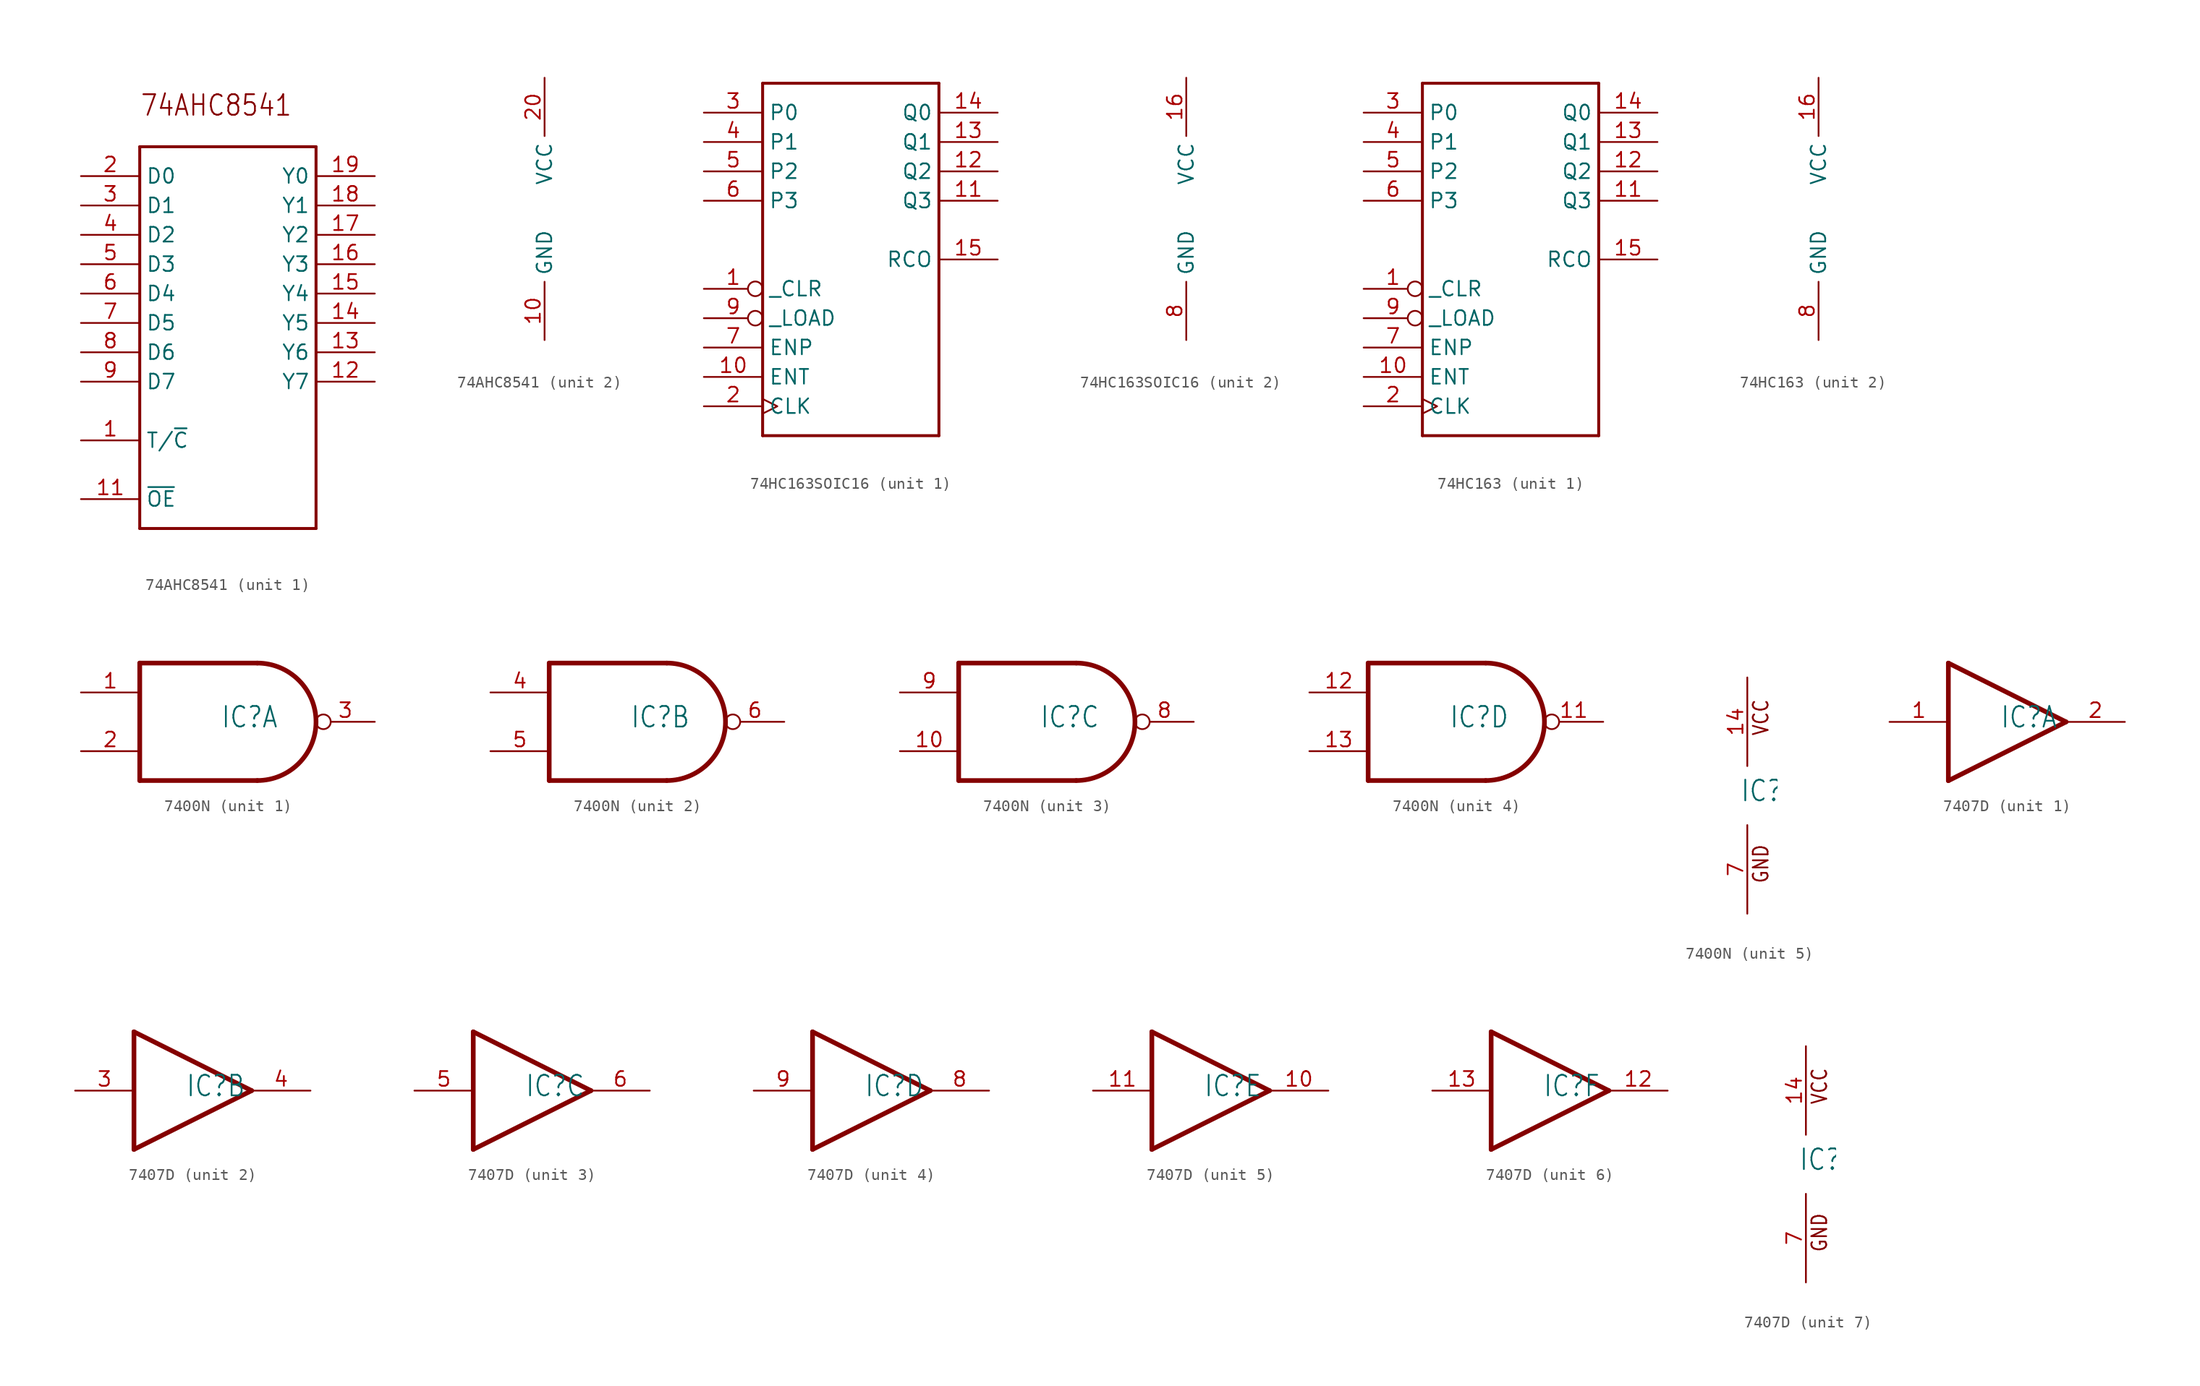
<source format=kicad_sym>
(kicad_symbol_lib
  (version 20220914)
  (generator kicad_symbol_editor)
  (symbol "74AHC8541"
    (property "Reference" ""
      (at -7.62 -20.32 0)
      (effects (font (size 1.778 1.511)) (justify left bottom) hide))
    (property "ki_locked" ""
      (at 0 0 0)
      (effects (font (size 1.27 1.27))))
    (symbol "74AHC8541_1_0"
      (polyline (pts (xy -7.62 -17.78) (xy -7.62 15.24)) (stroke (width 0.254) (type solid)) (fill (type none)))
      (polyline (pts (xy -7.62 15.24) (xy 7.62 15.24)) (stroke (width 0.254) (type solid)) (fill (type none)))
      (polyline (pts (xy 7.62 -17.78) (xy -7.62 -17.78)) (stroke (width 0.254) (type solid)) (fill (type none)))
      (polyline (pts (xy 7.62 15.24) (xy 7.62 -17.78)) (stroke (width 0.254) (type solid)) (fill (type none)))
      (text "74AHC8541" (at -7.62 17.78 0) (effects (font (size 1.778 1.511)) (justify left bottom)))
      (pin input line (at -12.7 -10.16 0) (length 5.08) (name "T/~{C}" (effects (font (size 1.27 1.27)))) (number "1" (effects (font (size 1.27 1.27)))))
      (pin input line (at -12.7 -15.24 0) (length 5.08) (name "~{OE}" (effects (font (size 1.27 1.27)))) (number "11" (effects (font (size 1.27 1.27)))))
      (pin output line (at 12.7 -5.08 180) (length 5.08) (name "Y7" (effects (font (size 1.27 1.27)))) (number "12" (effects (font (size 1.27 1.27)))))
      (pin output line (at 12.7 -2.54 180) (length 5.08) (name "Y6" (effects (font (size 1.27 1.27)))) (number "13" (effects (font (size 1.27 1.27)))))
      (pin output line (at 12.7 0 180) (length 5.08) (name "Y5" (effects (font (size 1.27 1.27)))) (number "14" (effects (font (size 1.27 1.27)))))
      (pin output line (at 12.7 2.54 180) (length 5.08) (name "Y4" (effects (font (size 1.27 1.27)))) (number "15" (effects (font (size 1.27 1.27)))))
      (pin output line (at 12.7 5.08 180) (length 5.08) (name "Y3" (effects (font (size 1.27 1.27)))) (number "16" (effects (font (size 1.27 1.27)))))
      (pin output line (at 12.7 7.62 180) (length 5.08) (name "Y2" (effects (font (size 1.27 1.27)))) (number "17" (effects (font (size 1.27 1.27)))))
      (pin output line (at 12.7 10.16 180) (length 5.08) (name "Y1" (effects (font (size 1.27 1.27)))) (number "18" (effects (font (size 1.27 1.27)))))
      (pin output line (at 12.7 12.7 180) (length 5.08) (name "Y0" (effects (font (size 1.27 1.27)))) (number "19" (effects (font (size 1.27 1.27)))))
      (pin input line (at -12.7 12.7 0) (length 5.08) (name "D0" (effects (font (size 1.27 1.27)))) (number "2" (effects (font (size 1.27 1.27)))))
      (pin input line (at -12.7 10.16 0) (length 5.08) (name "D1" (effects (font (size 1.27 1.27)))) (number "3" (effects (font (size 1.27 1.27)))))
      (pin input line (at -12.7 7.62 0) (length 5.08) (name "D2" (effects (font (size 1.27 1.27)))) (number "4" (effects (font (size 1.27 1.27)))))
      (pin input line (at -12.7 5.08 0) (length 5.08) (name "D3" (effects (font (size 1.27 1.27)))) (number "5" (effects (font (size 1.27 1.27)))))
      (pin input line (at -12.7 2.54 0) (length 5.08) (name "D4" (effects (font (size 1.27 1.27)))) (number "6" (effects (font (size 1.27 1.27)))))
      (pin input line (at -12.7 0 0) (length 5.08) (name "D5" (effects (font (size 1.27 1.27)))) (number "7" (effects (font (size 1.27 1.27)))))
      (pin input line (at -12.7 -2.54 0) (length 5.08) (name "D6" (effects (font (size 1.27 1.27)))) (number "8" (effects (font (size 1.27 1.27)))))
      (pin input line (at -12.7 -5.08 0) (length 5.08) (name "D7" (effects (font (size 1.27 1.27)))) (number "9" (effects (font (size 1.27 1.27))))))
    (symbol "74AHC8541_2_0"
      (pin power_in line (at 0 -10.16 90) (length 5.08) (name "GND" (effects (font (size 1.27 1.27)))) (number "10" (effects (font (size 1.27 1.27)))))
      (pin power_in line (at 0 12.7 270) (length 5.08) (name "VCC" (effects (font (size 1.27 1.27)))) (number "20" (effects (font (size 1.27 1.27)))))))
  (symbol "74HC163SOIC16"
    (property "Reference" ""
      (at 0 0 0)
      (effects (font (size 1.27 1.27)) hide))
    (property "ki_locked" ""
      (at 0 0 0)
      (effects (font (size 1.27 1.27))))
    (symbol "74HC163SOIC16_1_0"
      (polyline (pts (xy -7.62 -15.24) (xy -7.62 15.24)) (stroke (width 0.254) (type solid)) (fill (type none)))
      (polyline (pts (xy -7.62 15.24) (xy 7.62 15.24)) (stroke (width 0.254) (type solid)) (fill (type none)))
      (polyline (pts (xy 7.62 -15.24) (xy -7.62 -15.24)) (stroke (width 0.254) (type solid)) (fill (type none)))
      (polyline (pts (xy 7.62 15.24) (xy 7.62 -15.24)) (stroke (width 0.254) (type solid)) (fill (type none)))
      (pin bidirectional inverted (at -12.7 -2.54 0) (length 5.08) (name "_CLR" (effects (font (size 1.27 1.27)))) (number "1" (effects (font (size 1.27 1.27)))))
      (pin bidirectional line (at -12.7 -10.16 0) (length 5.08) (name "ENT" (effects (font (size 1.27 1.27)))) (number "10" (effects (font (size 1.27 1.27)))))
      (pin bidirectional line (at 12.7 5.08 180) (length 5.08) (name "Q3" (effects (font (size 1.27 1.27)))) (number "11" (effects (font (size 1.27 1.27)))))
      (pin bidirectional line (at 12.7 7.62 180) (length 5.08) (name "Q2" (effects (font (size 1.27 1.27)))) (number "12" (effects (font (size 1.27 1.27)))))
      (pin bidirectional line (at 12.7 10.16 180) (length 5.08) (name "Q1" (effects (font (size 1.27 1.27)))) (number "13" (effects (font (size 1.27 1.27)))))
      (pin bidirectional line (at 12.7 12.7 180) (length 5.08) (name "Q0" (effects (font (size 1.27 1.27)))) (number "14" (effects (font (size 1.27 1.27)))))
      (pin bidirectional line (at 12.7 0 180) (length 5.08) (name "RCO" (effects (font (size 1.27 1.27)))) (number "15" (effects (font (size 1.27 1.27)))))
      (pin bidirectional clock (at -12.7 -12.7 0) (length 5.08) (name "CLK" (effects (font (size 1.27 1.27)))) (number "2" (effects (font (size 1.27 1.27)))))
      (pin bidirectional line (at -12.7 12.7 0) (length 5.08) (name "P0" (effects (font (size 1.27 1.27)))) (number "3" (effects (font (size 1.27 1.27)))))
      (pin bidirectional line (at -12.7 10.16 0) (length 5.08) (name "P1" (effects (font (size 1.27 1.27)))) (number "4" (effects (font (size 1.27 1.27)))))
      (pin bidirectional line (at -12.7 7.62 0) (length 5.08) (name "P2" (effects (font (size 1.27 1.27)))) (number "5" (effects (font (size 1.27 1.27)))))
      (pin bidirectional line (at -12.7 5.08 0) (length 5.08) (name "P3" (effects (font (size 1.27 1.27)))) (number "6" (effects (font (size 1.27 1.27)))))
      (pin bidirectional line (at -12.7 -7.62 0) (length 5.08) (name "ENP" (effects (font (size 1.27 1.27)))) (number "7" (effects (font (size 1.27 1.27)))))
      (pin bidirectional inverted (at -12.7 -5.08 0) (length 5.08) (name "_LOAD" (effects (font (size 1.27 1.27)))) (number "9" (effects (font (size 1.27 1.27))))))
    (symbol "74HC163SOIC16_2_0"
      (pin power_in line (at 0 12.7 270) (length 5.08) (name "VCC" (effects (font (size 1.27 1.27)))) (number "16" (effects (font (size 1.27 1.27)))))
      (pin power_in line (at 0 -10.16 90) (length 5.08) (name "GND" (effects (font (size 1.27 1.27)))) (number "8" (effects (font (size 1.27 1.27)))))))
  (symbol "74HC163"
    (property "Reference" ""
      (at 0 0 0)
      (effects (font (size 1.27 1.27)) hide))
    (property "ki_locked" ""
      (at 0 0 0)
      (effects (font (size 1.27 1.27))))
    (symbol "74HC163_1_0"
      (polyline (pts (xy -7.62 -15.24) (xy -7.62 15.24)) (stroke (width 0.254) (type solid)) (fill (type none)))
      (polyline (pts (xy -7.62 15.24) (xy 7.62 15.24)) (stroke (width 0.254) (type solid)) (fill (type none)))
      (polyline (pts (xy 7.62 -15.24) (xy -7.62 -15.24)) (stroke (width 0.254) (type solid)) (fill (type none)))
      (polyline (pts (xy 7.62 15.24) (xy 7.62 -15.24)) (stroke (width 0.254) (type solid)) (fill (type none)))
      (pin bidirectional inverted (at -12.7 -2.54 0) (length 5.08) (name "_CLR" (effects (font (size 1.27 1.27)))) (number "1" (effects (font (size 1.27 1.27)))))
      (pin bidirectional line (at -12.7 -10.16 0) (length 5.08) (name "ENT" (effects (font (size 1.27 1.27)))) (number "10" (effects (font (size 1.27 1.27)))))
      (pin bidirectional line (at 12.7 5.08 180) (length 5.08) (name "Q3" (effects (font (size 1.27 1.27)))) (number "11" (effects (font (size 1.27 1.27)))))
      (pin bidirectional line (at 12.7 7.62 180) (length 5.08) (name "Q2" (effects (font (size 1.27 1.27)))) (number "12" (effects (font (size 1.27 1.27)))))
      (pin bidirectional line (at 12.7 10.16 180) (length 5.08) (name "Q1" (effects (font (size 1.27 1.27)))) (number "13" (effects (font (size 1.27 1.27)))))
      (pin bidirectional line (at 12.7 12.7 180) (length 5.08) (name "Q0" (effects (font (size 1.27 1.27)))) (number "14" (effects (font (size 1.27 1.27)))))
      (pin bidirectional line (at 12.7 0 180) (length 5.08) (name "RCO" (effects (font (size 1.27 1.27)))) (number "15" (effects (font (size 1.27 1.27)))))
      (pin bidirectional clock (at -12.7 -12.7 0) (length 5.08) (name "CLK" (effects (font (size 1.27 1.27)))) (number "2" (effects (font (size 1.27 1.27)))))
      (pin bidirectional line (at -12.7 12.7 0) (length 5.08) (name "P0" (effects (font (size 1.27 1.27)))) (number "3" (effects (font (size 1.27 1.27)))))
      (pin bidirectional line (at -12.7 10.16 0) (length 5.08) (name "P1" (effects (font (size 1.27 1.27)))) (number "4" (effects (font (size 1.27 1.27)))))
      (pin bidirectional line (at -12.7 7.62 0) (length 5.08) (name "P2" (effects (font (size 1.27 1.27)))) (number "5" (effects (font (size 1.27 1.27)))))
      (pin bidirectional line (at -12.7 5.08 0) (length 5.08) (name "P3" (effects (font (size 1.27 1.27)))) (number "6" (effects (font (size 1.27 1.27)))))
      (pin bidirectional line (at -12.7 -7.62 0) (length 5.08) (name "ENP" (effects (font (size 1.27 1.27)))) (number "7" (effects (font (size 1.27 1.27)))))
      (pin bidirectional inverted (at -12.7 -5.08 0) (length 5.08) (name "_LOAD" (effects (font (size 1.27 1.27)))) (number "9" (effects (font (size 1.27 1.27))))))
    (symbol "74HC163_2_0"
      (pin power_in line (at 0 12.7 270) (length 5.08) (name "VCC" (effects (font (size 1.27 1.27)))) (number "16" (effects (font (size 1.27 1.27)))))
      (pin power_in line (at 0 -10.16 90) (length 5.08) (name "GND" (effects (font (size 1.27 1.27)))) (number "8" (effects (font (size 1.27 1.27)))))))
  (symbol "7400N"
    (property "Reference" "IC"
      (at -0.635 -0.635 0)
      (effects (font (size 1.778 1.511)) (justify left bottom)))
    (property "ki_locked" ""
      (at 0 0 0)
      (effects (font (size 1.27 1.27))))
    (symbol "7400N_1_0"
      (polyline (pts (xy -7.62 -5.08) (xy 2.54 -5.08)) (stroke (width 0.406) (type solid)) (fill (type none)))
      (polyline (pts (xy -7.62 5.08) (xy -7.62 -5.08)) (stroke (width 0.406) (type solid)) (fill (type none)))
      (polyline (pts (xy 2.54 5.08) (xy -7.62 5.08)) (stroke (width 0.406) (type solid)) (fill (type none)))
      (arc (start 2.5398 -5.08) (mid 7.5978 -0.0001) (end 2.54 5.08) (stroke (width 0.4064) (type solid)) (fill (type none)))
      (pin input line (at -12.7 2.54 0) (length 5.08) (name "I0" (effects (font (size 0 0)))) (number "1" (effects (font (size 1.27 1.27)))))
      (pin input line (at -12.7 -2.54 0) (length 5.08) (name "I1" (effects (font (size 0 0)))) (number "2" (effects (font (size 1.27 1.27)))))
      (pin output inverted (at 12.7 0 180) (length 5.08) (name "O" (effects (font (size 0 0)))) (number "3" (effects (font (size 1.27 1.27))))))
    (symbol "7400N_2_0"
      (polyline (pts (xy -7.62 -5.08) (xy 2.54 -5.08)) (stroke (width 0.406) (type solid)) (fill (type none)))
      (polyline (pts (xy -7.62 5.08) (xy -7.62 -5.08)) (stroke (width 0.406) (type solid)) (fill (type none)))
      (polyline (pts (xy 2.54 5.08) (xy -7.62 5.08)) (stroke (width 0.406) (type solid)) (fill (type none)))
      (arc (start 2.5398 -5.08) (mid 7.5978 -0.0001) (end 2.54 5.08) (stroke (width 0.4064) (type solid)) (fill (type none)))
      (pin input line (at -12.7 2.54 0) (length 5.08) (name "I0" (effects (font (size 0 0)))) (number "4" (effects (font (size 1.27 1.27)))))
      (pin input line (at -12.7 -2.54 0) (length 5.08) (name "I1" (effects (font (size 0 0)))) (number "5" (effects (font (size 1.27 1.27)))))
      (pin output inverted (at 12.7 0 180) (length 5.08) (name "O" (effects (font (size 0 0)))) (number "6" (effects (font (size 1.27 1.27))))))
    (symbol "7400N_3_0"
      (polyline (pts (xy -7.62 -5.08) (xy 2.54 -5.08)) (stroke (width 0.406) (type solid)) (fill (type none)))
      (polyline (pts (xy -7.62 5.08) (xy -7.62 -5.08)) (stroke (width 0.406) (type solid)) (fill (type none)))
      (polyline (pts (xy 2.54 5.08) (xy -7.62 5.08)) (stroke (width 0.406) (type solid)) (fill (type none)))
      (arc (start 2.5398 -5.08) (mid 7.5978 -0.0001) (end 2.54 5.08) (stroke (width 0.4064) (type solid)) (fill (type none)))
      (pin input line (at -12.7 -2.54 0) (length 5.08) (name "I1" (effects (font (size 0 0)))) (number "10" (effects (font (size 1.27 1.27)))))
      (pin output inverted (at 12.7 0 180) (length 5.08) (name "O" (effects (font (size 0 0)))) (number "8" (effects (font (size 1.27 1.27)))))
      (pin input line (at -12.7 2.54 0) (length 5.08) (name "I0" (effects (font (size 0 0)))) (number "9" (effects (font (size 1.27 1.27))))))
    (symbol "7400N_4_0"
      (polyline (pts (xy -7.62 -5.08) (xy 2.54 -5.08)) (stroke (width 0.406) (type solid)) (fill (type none)))
      (polyline (pts (xy -7.62 5.08) (xy -7.62 -5.08)) (stroke (width 0.406) (type solid)) (fill (type none)))
      (polyline (pts (xy 2.54 5.08) (xy -7.62 5.08)) (stroke (width 0.406) (type solid)) (fill (type none)))
      (arc (start 2.5398 -5.08) (mid 7.5978 -0.0001) (end 2.54 5.08) (stroke (width 0.4064) (type solid)) (fill (type none)))
      (pin output inverted (at 12.7 0 180) (length 5.08) (name "O" (effects (font (size 0 0)))) (number "11" (effects (font (size 1.27 1.27)))))
      (pin input line (at -12.7 2.54 0) (length 5.08) (name "I0" (effects (font (size 0 0)))) (number "12" (effects (font (size 1.27 1.27)))))
      (pin input line (at -12.7 -2.54 0) (length 5.08) (name "I1" (effects (font (size 0 0)))) (number "13" (effects (font (size 1.27 1.27))))))
    (symbol "7400N_5_0"
      (text "GND" (at 1.905 -7.62 900) (effects (font (size 1.27 1.079)) (justify left bottom)))
      (text "VCC" (at 1.905 5.08 900) (effects (font (size 1.27 1.079)) (justify left bottom)))
      (pin power_in line (at 0 10.16 270) (length 7.62) (name "VCC" (effects (font (size 0 0)))) (number "14" (effects (font (size 1.27 1.27)))))
      (pin power_in line (at 0 -10.16 90) (length 7.62) (name "GND" (effects (font (size 0 0)))) (number "7" (effects (font (size 1.27 1.27)))))))
  (symbol "7407D"
    (property "Reference" "IC"
      (at -0.635 -0.635 0)
      (effects (font (size 1.778 1.511)) (justify left bottom)))
    (property "ki_locked" ""
      (at 0 0 0)
      (effects (font (size 1.27 1.27))))
    (symbol "7407D_1_0"
      (polyline (pts (xy -5.08 -5.08) (xy -5.08 5.08)) (stroke (width 0.406) (type solid)) (fill (type none)))
      (polyline (pts (xy -5.08 5.08) (xy 5.08 0)) (stroke (width 0.406) (type solid)) (fill (type none)))
      (polyline (pts (xy 5.08 0) (xy -5.08 -5.08)) (stroke (width 0.406) (type solid)) (fill (type none)))
      (pin input line (at -10.16 0 0) (length 5.08) (name "I" (effects (font (size 0 0)))) (number "1" (effects (font (size 1.27 1.27)))))
      (pin open_collector line (at 10.16 0 180) (length 5.08) (name "O" (effects (font (size 0 0)))) (number "2" (effects (font (size 1.27 1.27))))))
    (symbol "7407D_2_0"
      (polyline (pts (xy -5.08 -5.08) (xy -5.08 5.08)) (stroke (width 0.406) (type solid)) (fill (type none)))
      (polyline (pts (xy -5.08 5.08) (xy 5.08 0)) (stroke (width 0.406) (type solid)) (fill (type none)))
      (polyline (pts (xy 5.08 0) (xy -5.08 -5.08)) (stroke (width 0.406) (type solid)) (fill (type none)))
      (pin input line (at -10.16 0 0) (length 5.08) (name "I" (effects (font (size 0 0)))) (number "3" (effects (font (size 1.27 1.27)))))
      (pin open_collector line (at 10.16 0 180) (length 5.08) (name "O" (effects (font (size 0 0)))) (number "4" (effects (font (size 1.27 1.27))))))
    (symbol "7407D_3_0"
      (polyline (pts (xy -5.08 -5.08) (xy -5.08 5.08)) (stroke (width 0.406) (type solid)) (fill (type none)))
      (polyline (pts (xy -5.08 5.08) (xy 5.08 0)) (stroke (width 0.406) (type solid)) (fill (type none)))
      (polyline (pts (xy 5.08 0) (xy -5.08 -5.08)) (stroke (width 0.406) (type solid)) (fill (type none)))
      (pin input line (at -10.16 0 0) (length 5.08) (name "I" (effects (font (size 0 0)))) (number "5" (effects (font (size 1.27 1.27)))))
      (pin open_collector line (at 10.16 0 180) (length 5.08) (name "O" (effects (font (size 0 0)))) (number "6" (effects (font (size 1.27 1.27))))))
    (symbol "7407D_4_0"
      (polyline (pts (xy -5.08 -5.08) (xy -5.08 5.08)) (stroke (width 0.406) (type solid)) (fill (type none)))
      (polyline (pts (xy -5.08 5.08) (xy 5.08 0)) (stroke (width 0.406) (type solid)) (fill (type none)))
      (polyline (pts (xy 5.08 0) (xy -5.08 -5.08)) (stroke (width 0.406) (type solid)) (fill (type none)))
      (pin open_collector line (at 10.16 0 180) (length 5.08) (name "O" (effects (font (size 0 0)))) (number "8" (effects (font (size 1.27 1.27)))))
      (pin input line (at -10.16 0 0) (length 5.08) (name "I" (effects (font (size 0 0)))) (number "9" (effects (font (size 1.27 1.27))))))
    (symbol "7407D_5_0"
      (polyline (pts (xy -5.08 -5.08) (xy -5.08 5.08)) (stroke (width 0.406) (type solid)) (fill (type none)))
      (polyline (pts (xy -5.08 5.08) (xy 5.08 0)) (stroke (width 0.406) (type solid)) (fill (type none)))
      (polyline (pts (xy 5.08 0) (xy -5.08 -5.08)) (stroke (width 0.406) (type solid)) (fill (type none)))
      (pin open_collector line (at 10.16 0 180) (length 5.08) (name "O" (effects (font (size 0 0)))) (number "10" (effects (font (size 1.27 1.27)))))
      (pin input line (at -10.16 0 0) (length 5.08) (name "I" (effects (font (size 0 0)))) (number "11" (effects (font (size 1.27 1.27))))))
    (symbol "7407D_6_0"
      (polyline (pts (xy -5.08 -5.08) (xy -5.08 5.08)) (stroke (width 0.406) (type solid)) (fill (type none)))
      (polyline (pts (xy -5.08 5.08) (xy 5.08 0)) (stroke (width 0.406) (type solid)) (fill (type none)))
      (polyline (pts (xy 5.08 0) (xy -5.08 -5.08)) (stroke (width 0.406) (type solid)) (fill (type none)))
      (pin open_collector line (at 10.16 0 180) (length 5.08) (name "O" (effects (font (size 0 0)))) (number "12" (effects (font (size 1.27 1.27)))))
      (pin input line (at -10.16 0 0) (length 5.08) (name "I" (effects (font (size 0 0)))) (number "13" (effects (font (size 1.27 1.27))))))
    (symbol "7407D_7_0"
      (text "GND" (at 1.905 -7.62 900) (effects (font (size 1.27 1.079)) (justify left bottom)))
      (text "VCC" (at 1.905 5.08 900) (effects (font (size 1.27 1.079)) (justify left bottom)))
      (pin power_in line (at 0 10.16 270) (length 7.62) (name "VCC" (effects (font (size 0 0)))) (number "14" (effects (font (size 1.27 1.27)))))
      (pin power_in line (at 0 -10.16 90) (length 7.62) (name "GND" (effects (font (size 0 0)))) (number "7" (effects (font (size 1.27 1.27))))))))
</source>
